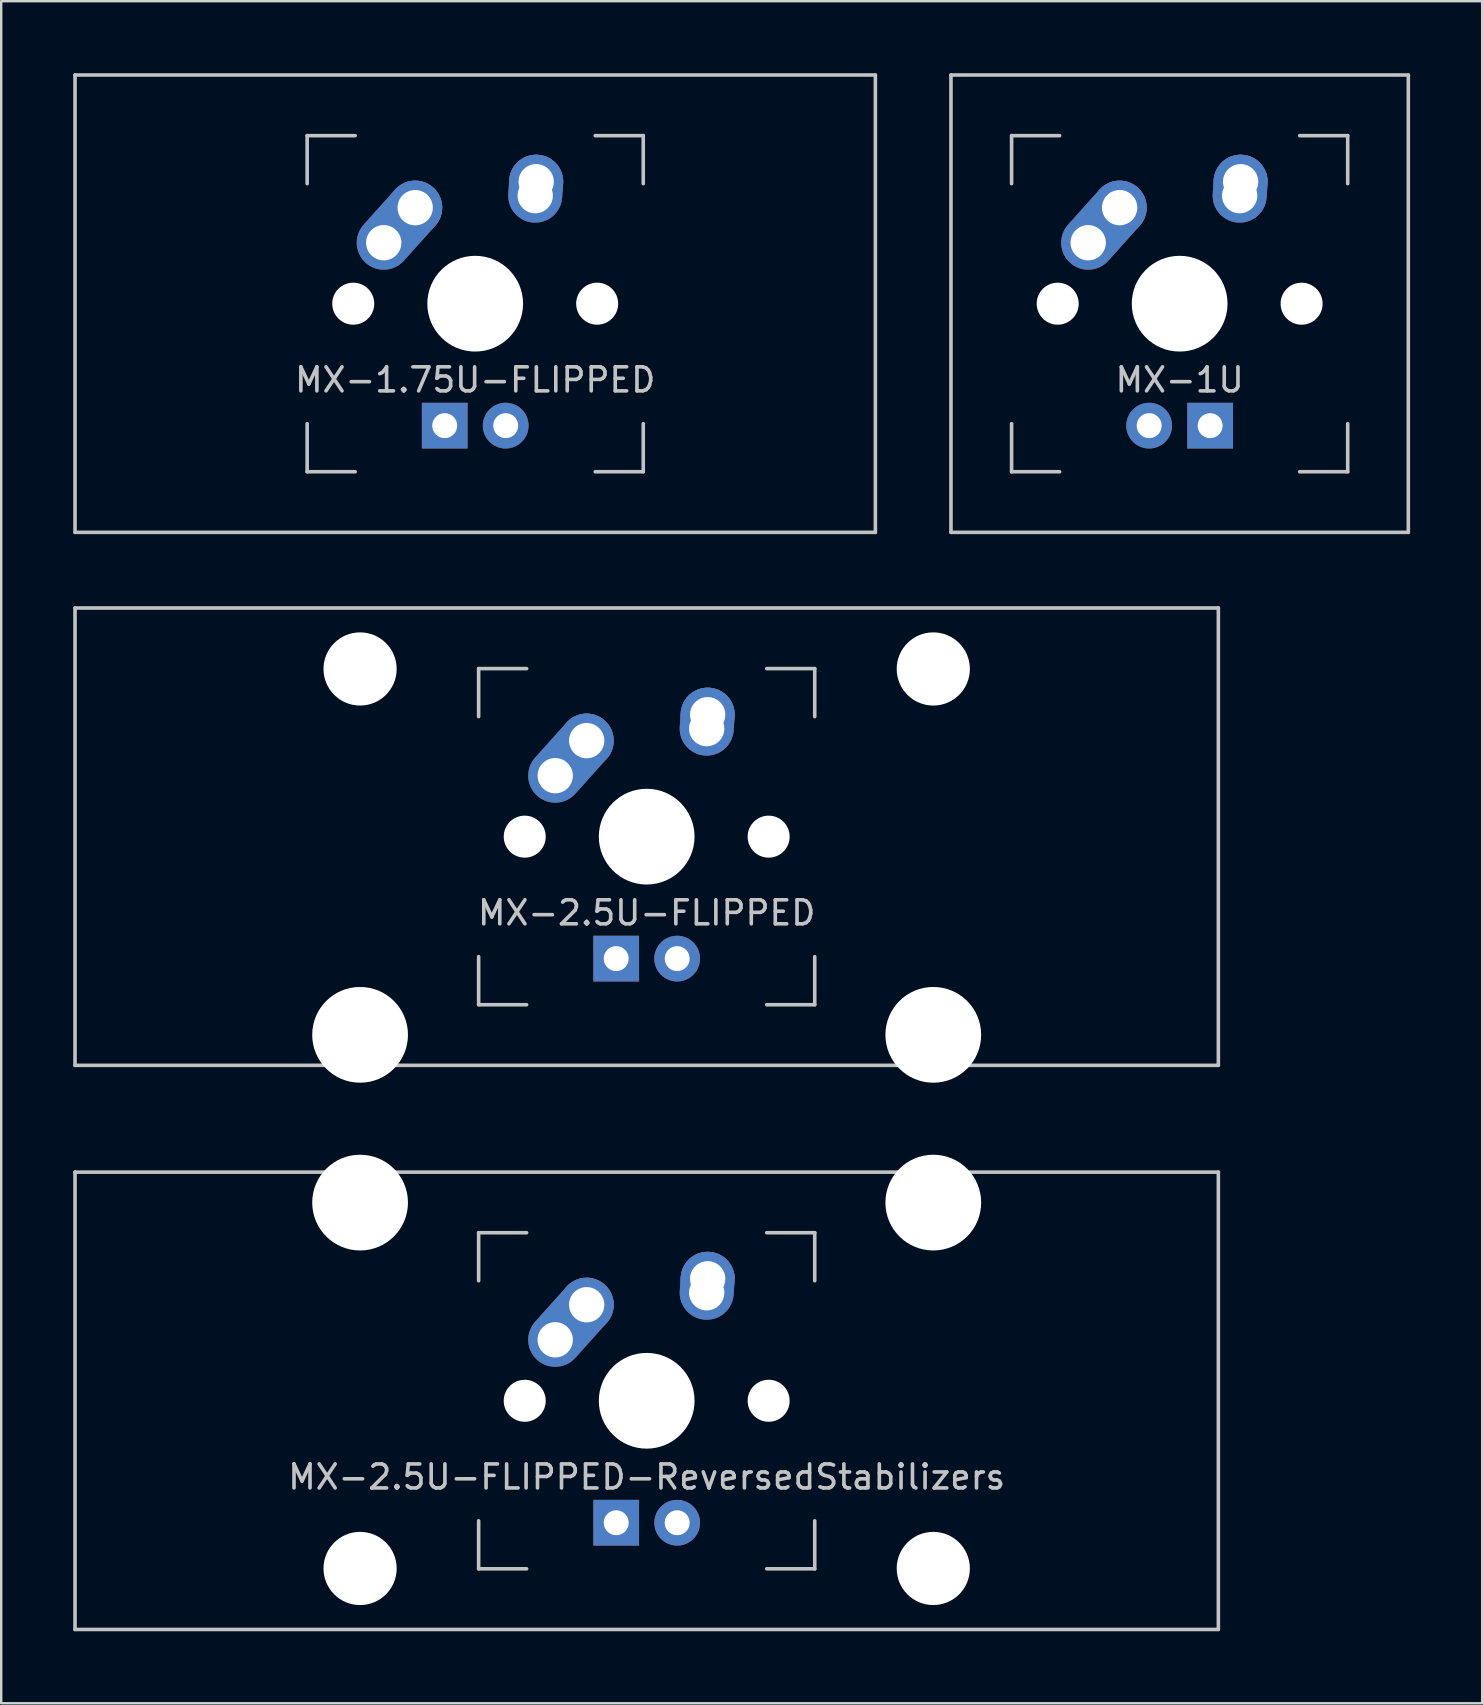
<source format=kicad_pcb>
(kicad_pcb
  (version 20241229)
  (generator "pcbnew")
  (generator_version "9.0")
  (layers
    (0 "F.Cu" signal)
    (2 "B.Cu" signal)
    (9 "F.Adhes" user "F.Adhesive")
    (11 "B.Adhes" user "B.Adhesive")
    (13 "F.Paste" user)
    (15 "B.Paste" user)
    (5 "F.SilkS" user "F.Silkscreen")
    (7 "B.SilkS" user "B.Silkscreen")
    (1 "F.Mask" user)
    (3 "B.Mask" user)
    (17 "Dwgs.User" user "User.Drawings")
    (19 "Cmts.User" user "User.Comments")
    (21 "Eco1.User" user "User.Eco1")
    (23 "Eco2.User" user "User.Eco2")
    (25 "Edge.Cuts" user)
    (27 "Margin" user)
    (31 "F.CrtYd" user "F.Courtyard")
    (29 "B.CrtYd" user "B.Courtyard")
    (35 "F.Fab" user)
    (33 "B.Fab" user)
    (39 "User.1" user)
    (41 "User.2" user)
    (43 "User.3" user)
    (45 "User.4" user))
  (footprint "MX-1U"
    (layer "F.Cu")
    (at 46.087 9.6)
    (property "Reference" "MX-1U" (at 0 3.175 0) (layer "Dwgs.User") (effects (font (size 1 1) (thickness 0.15))))
    (attr through_hole)
    (fp_line (start -9.525 -9.525) (end 9.525 -9.525) (stroke (width 0.15) (type solid)) (layer "Dwgs.User"))
    (fp_line (start -9.525 9.525) (end -9.525 -9.525) (stroke (width 0.15) (type solid)) (layer "Dwgs.User"))
    (fp_line (start -7 -7) (end -7 -5) (stroke (width 0.15) (type solid)) (layer "Dwgs.User"))
    (fp_line (start -7 5) (end -7 7) (stroke (width 0.15) (type solid)) (layer "Dwgs.User"))
    (fp_line (start -7 7) (end -5 7) (stroke (width 0.15) (type solid)) (layer "Dwgs.User"))
    (fp_line (start -5 -7) (end -7 -7) (stroke (width 0.15) (type solid)) (layer "Dwgs.User"))
    (fp_line (start 5 -7) (end 7 -7) (stroke (width 0.15) (type solid)) (layer "Dwgs.User"))
    (fp_line (start 5 7) (end 7 7) (stroke (width 0.15) (type solid)) (layer "Dwgs.User"))
    (fp_line (start 7 -7) (end 7 -5) (stroke (width 0.15) (type solid)) (layer "Dwgs.User"))
    (fp_line (start 7 7) (end 7 5) (stroke (width 0.15) (type solid)) (layer "Dwgs.User"))
    (fp_line (start 9.525 -9.525) (end 9.525 9.525) (stroke (width 0.15) (type solid)) (layer "Dwgs.User"))
    (fp_line (start 9.525 9.525) (end -9.525 9.525) (stroke (width 0.15) (type solid)) (layer "Dwgs.User"))
    (pad "" np_thru_hole circle (at -5.08 0 48.1) (size 1.75 1.75) (drill 1.75) (layers "*.Cu" "*.Mask"))
    (pad "" np_thru_hole circle (at 0 0) (size 3.988 3.988) (drill 3.988) (layers "*.Cu" "*.Mask"))
    (pad "" np_thru_hole circle (at 5.08 0 48.1) (size 1.75 1.75) (drill 1.75) (layers "*.Cu" "*.Mask"))
    (pad "1" thru_hole oval (at -3.81 -2.54 48.1) (size 4.212 2.25) (drill 1.47 (offset 0.981 0)) (layers "*.Cu" "*.Mask"))
    (pad "1" thru_hole circle (at -2.5 -4) (size 2.25 2.25) (drill 1.47) (layers "*.Cu" "*.Mask"))
    (pad "2" thru_hole oval (at 2.5 -4.5 86.055) (size 2.831 2.25) (drill 1.47 (offset 0.291 0)) (layers "*.Cu" "*.Mask"))
    (pad "2" thru_hole circle (at 2.54 -5.08) (size 2.25 2.25) (drill 1.47) (layers "*.Cu" "*.Mask"))
    (pad "3" thru_hole circle (at -1.27 5.08) (size 1.905 1.905) (drill 1.04) (layers "*.Cu" "*.Mask"))
    (pad "4" thru_hole rect (at 1.27 5.08) (size 1.905 1.905) (drill 1.04) (layers "*.Cu" "*.Mask")))
  (footprint "MX-1.75U-FLIPPED"
    (layer "F.Cu")
    (at 16.744 9.6)
    (property "Reference" "MX-1.75U-FLIPPED" (at 0 3.175 0) (layer "Dwgs.User") (effects (font (size 1 1) (thickness 0.15))))
    (attr through_hole)
    (fp_line (start -16.669 -9.525) (end 16.669 -9.525) (stroke (width 0.15) (type solid)) (layer "Dwgs.User"))
    (fp_line (start -16.669 9.525) (end -16.669 -9.525) (stroke (width 0.15) (type solid)) (layer "Dwgs.User"))
    (fp_line (start -7 -7) (end -7 -5) (stroke (width 0.15) (type solid)) (layer "Dwgs.User"))
    (fp_line (start -7 5) (end -7 7) (stroke (width 0.15) (type solid)) (layer "Dwgs.User"))
    (fp_line (start -7 7) (end -5 7) (stroke (width 0.15) (type solid)) (layer "Dwgs.User"))
    (fp_line (start -5 -7) (end -7 -7) (stroke (width 0.15) (type solid)) (layer "Dwgs.User"))
    (fp_line (start 5 -7) (end 7 -7) (stroke (width 0.15) (type solid)) (layer "Dwgs.User"))
    (fp_line (start 5 7) (end 7 7) (stroke (width 0.15) (type solid)) (layer "Dwgs.User"))
    (fp_line (start 7 -7) (end 7 -5) (stroke (width 0.15) (type solid)) (layer "Dwgs.User"))
    (fp_line (start 7 7) (end 7 5) (stroke (width 0.15) (type solid)) (layer "Dwgs.User"))
    (fp_line (start 16.669 -9.525) (end 16.669 9.525) (stroke (width 0.15) (type solid)) (layer "Dwgs.User"))
    (fp_line (start 16.669 9.525) (end -16.669 9.525) (stroke (width 0.15) (type solid)) (layer "Dwgs.User"))
    (pad "" np_thru_hole circle (at -5.08 0 48.1) (size 1.75 1.75) (drill 1.75) (layers "*.Cu" "*.Mask"))
    (pad "" np_thru_hole circle (at 0 0) (size 3.988 3.988) (drill 3.988) (layers "*.Cu" "*.Mask"))
    (pad "" np_thru_hole circle (at 5.08 0 48.1) (size 1.75 1.75) (drill 1.75) (layers "*.Cu" "*.Mask"))
    (pad "1" thru_hole oval (at -3.81 -2.54 48.1) (size 4.212 2.25) (drill 1.47 (offset 0.981 0)) (layers "*.Cu" "*.Mask"))
    (pad "1" thru_hole circle (at -2.5 -4) (size 2.25 2.25) (drill 1.47) (layers "*.Cu" "*.Mask"))
    (pad "2" thru_hole oval (at 2.5 -4.5 86.055) (size 2.831 2.25) (drill 1.47 (offset 0.291 0)) (layers "*.Cu" "*.Mask"))
    (pad "2" thru_hole circle (at 2.54 -5.08) (size 2.25 2.25) (drill 1.47) (layers "*.Cu" "*.Mask"))
    (pad "3" thru_hole circle (at 1.27 5.08) (size 1.905 1.905) (drill 1.04) (layers "*.Cu" "*.Mask"))
    (pad "4" thru_hole rect (at -1.27 5.08) (size 1.905 1.905) (drill 1.04) (layers "*.Cu" "*.Mask")))
  (footprint "MX-2.5U-FLIPPED"
    (layer "F.Cu")
    (at 23.887 31.8)
    (property "Reference" "MX-2.5U-FLIPPED" (at 0 3.175 0) (layer "Dwgs.User") (effects (font (size 1 1) (thickness 0.15))))
    (attr through_hole)
    (fp_line (start -23.812 -9.525) (end 23.812 -9.525) (stroke (width 0.15) (type solid)) (layer "Dwgs.User"))
    (fp_line (start -23.812 9.525) (end -23.812 -9.525) (stroke (width 0.15) (type solid)) (layer "Dwgs.User"))
    (fp_line (start -23.812 9.525) (end 23.812 9.525) (stroke (width 0.15) (type solid)) (layer "Dwgs.User"))
    (fp_line (start -7 -7) (end -7 -5) (stroke (width 0.15) (type solid)) (layer "Dwgs.User"))
    (fp_line (start -7 5) (end -7 7) (stroke (width 0.15) (type solid)) (layer "Dwgs.User"))
    (fp_line (start -7 7) (end -5 7) (stroke (width 0.15) (type solid)) (layer "Dwgs.User"))
    (fp_line (start -5 -7) (end -7 -7) (stroke (width 0.15) (type solid)) (layer "Dwgs.User"))
    (fp_line (start 5 -7) (end 7 -7) (stroke (width 0.15) (type solid)) (layer "Dwgs.User"))
    (fp_line (start 5 7) (end 7 7) (stroke (width 0.15) (type solid)) (layer "Dwgs.User"))
    (fp_line (start 7 -7) (end 7 -5) (stroke (width 0.15) (type solid)) (layer "Dwgs.User"))
    (fp_line (start 7 7) (end 7 5) (stroke (width 0.15) (type solid)) (layer "Dwgs.User"))
    (fp_line (start 23.812 -9.525) (end 23.812 9.525) (stroke (width 0.15) (type solid)) (layer "Dwgs.User"))
    (pad "" np_thru_hole circle (at -11.938 -6.985) (size 3.048 3.048) (drill 3.048) (layers "*.Cu" "*.Mask"))
    (pad "" np_thru_hole circle (at -11.938 8.255) (size 3.988 3.988) (drill 3.988) (layers "*.Cu" "*.Mask"))
    (pad "" np_thru_hole circle (at -5.08 0 48.1) (size 1.75 1.75) (drill 1.75) (layers "*.Cu" "*.Mask"))
    (pad "" np_thru_hole circle (at 0 0) (size 3.988 3.988) (drill 3.988) (layers "*.Cu" "*.Mask"))
    (pad "" np_thru_hole circle (at 5.08 0 48.1) (size 1.75 1.75) (drill 1.75) (layers "*.Cu" "*.Mask"))
    (pad "" np_thru_hole circle (at 11.938 -6.985) (size 3.048 3.048) (drill 3.048) (layers "*.Cu" "*.Mask"))
    (pad "" np_thru_hole circle (at 11.938 8.255) (size 3.988 3.988) (drill 3.988) (layers "*.Cu" "*.Mask"))
    (pad "1" thru_hole oval (at -3.81 -2.54 48.1) (size 4.212 2.25) (drill 1.47 (offset 0.981 0)) (layers "*.Cu" "*.Mask"))
    (pad "1" thru_hole circle (at -2.5 -4) (size 2.25 2.25) (drill 1.47) (layers "*.Cu" "*.Mask"))
    (pad "2" thru_hole oval (at 2.5 -4.5 86.055) (size 2.831 2.25) (drill 1.47 (offset 0.291 0)) (layers "*.Cu" "*.Mask"))
    (pad "2" thru_hole circle (at 2.54 -5.08) (size 2.25 2.25) (drill 1.47) (layers "*.Cu" "*.Mask"))
    (pad "3" thru_hole circle (at 1.27 5.08) (size 1.905 1.905) (drill 1.04) (layers "*.Cu" "*.Mask"))
    (pad "4" thru_hole rect (at -1.27 5.08) (size 1.905 1.905) (drill 1.04) (layers "*.Cu" "*.Mask")))
  (footprint "MX-2.5U-FLIPPED-ReversedStabilizers"
    (layer "F.Cu")
    (at 23.887 55.298)
    (property "Reference" "MX-2.5U-FLIPPED-ReversedStabilizers" (at 0 3.175 0) (layer "Dwgs.User") (effects (font (size 1 1) (thickness 0.15))))
    (attr through_hole)
    (fp_line (start -23.812 -9.525) (end 23.812 -9.525) (stroke (width 0.15) (type solid)) (layer "Dwgs.User"))
    (fp_line (start -23.812 9.525) (end -23.812 -9.525) (stroke (width 0.15) (type solid)) (layer "Dwgs.User"))
    (fp_line (start -23.812 9.525) (end 23.812 9.525) (stroke (width 0.15) (type solid)) (layer "Dwgs.User"))
    (fp_line (start -7 -7) (end -7 -5) (stroke (width 0.15) (type solid)) (layer "Dwgs.User"))
    (fp_line (start -7 5) (end -7 7) (stroke (width 0.15) (type solid)) (layer "Dwgs.User"))
    (fp_line (start -7 7) (end -5 7) (stroke (width 0.15) (type solid)) (layer "Dwgs.User"))
    (fp_line (start -5 -7) (end -7 -7) (stroke (width 0.15) (type solid)) (layer "Dwgs.User"))
    (fp_line (start 5 -7) (end 7 -7) (stroke (width 0.15) (type solid)) (layer "Dwgs.User"))
    (fp_line (start 5 7) (end 7 7) (stroke (width 0.15) (type solid)) (layer "Dwgs.User"))
    (fp_line (start 7 -7) (end 7 -5) (stroke (width 0.15) (type solid)) (layer "Dwgs.User"))
    (fp_line (start 7 7) (end 7 5) (stroke (width 0.15) (type solid)) (layer "Dwgs.User"))
    (fp_line (start 23.812 -9.525) (end 23.812 9.525) (stroke (width 0.15) (type solid)) (layer "Dwgs.User"))
    (pad "" np_thru_hole circle (at -11.938 -8.255) (size 3.988 3.988) (drill 3.988) (layers "*.Cu" "*.Mask"))
    (pad "" np_thru_hole circle (at -11.938 6.985) (size 3.048 3.048) (drill 3.048) (layers "*.Cu" "*.Mask"))
    (pad "" np_thru_hole circle (at -5.08 0 48.1) (size 1.75 1.75) (drill 1.75) (layers "*.Cu" "*.Mask"))
    (pad "" np_thru_hole circle (at 0 0) (size 3.988 3.988) (drill 3.988) (layers "*.Cu" "*.Mask"))
    (pad "" np_thru_hole circle (at 5.08 0 48.1) (size 1.75 1.75) (drill 1.75) (layers "*.Cu" "*.Mask"))
    (pad "" np_thru_hole circle (at 11.938 -8.255) (size 3.988 3.988) (drill 3.988) (layers "*.Cu" "*.Mask"))
    (pad "" np_thru_hole circle (at 11.938 6.985) (size 3.048 3.048) (drill 3.048) (layers "*.Cu" "*.Mask"))
    (pad "1" thru_hole oval (at -3.81 -2.54 48.1) (size 4.212 2.25) (drill 1.47 (offset 0.981 0)) (layers "*.Cu" "*.Mask"))
    (pad "1" thru_hole circle (at -2.5 -4) (size 2.25 2.25) (drill 1.47) (layers "*.Cu" "*.Mask"))
    (pad "2" thru_hole oval (at 2.5 -4.5 86.055) (size 2.831 2.25) (drill 1.47 (offset 0.291 0)) (layers "*.Cu" "*.Mask"))
    (pad "2" thru_hole circle (at 2.54 -5.08) (size 2.25 2.25) (drill 1.47) (layers "*.Cu" "*.Mask"))
    (pad "3" thru_hole circle (at 1.27 5.08) (size 1.905 1.905) (drill 1.04) (layers "*.Cu" "*.Mask"))
    (pad "4" thru_hole rect (at -1.27 5.08) (size 1.905 1.905) (drill 1.04) (layers "*.Cu" "*.Mask")))
  (gr_rect
    (start -3 -3)
    (end 58.688 67.898)
    (stroke (width 0.1) (type default))
    (fill no)
    (layer "Edge.Cuts")))
</source>
